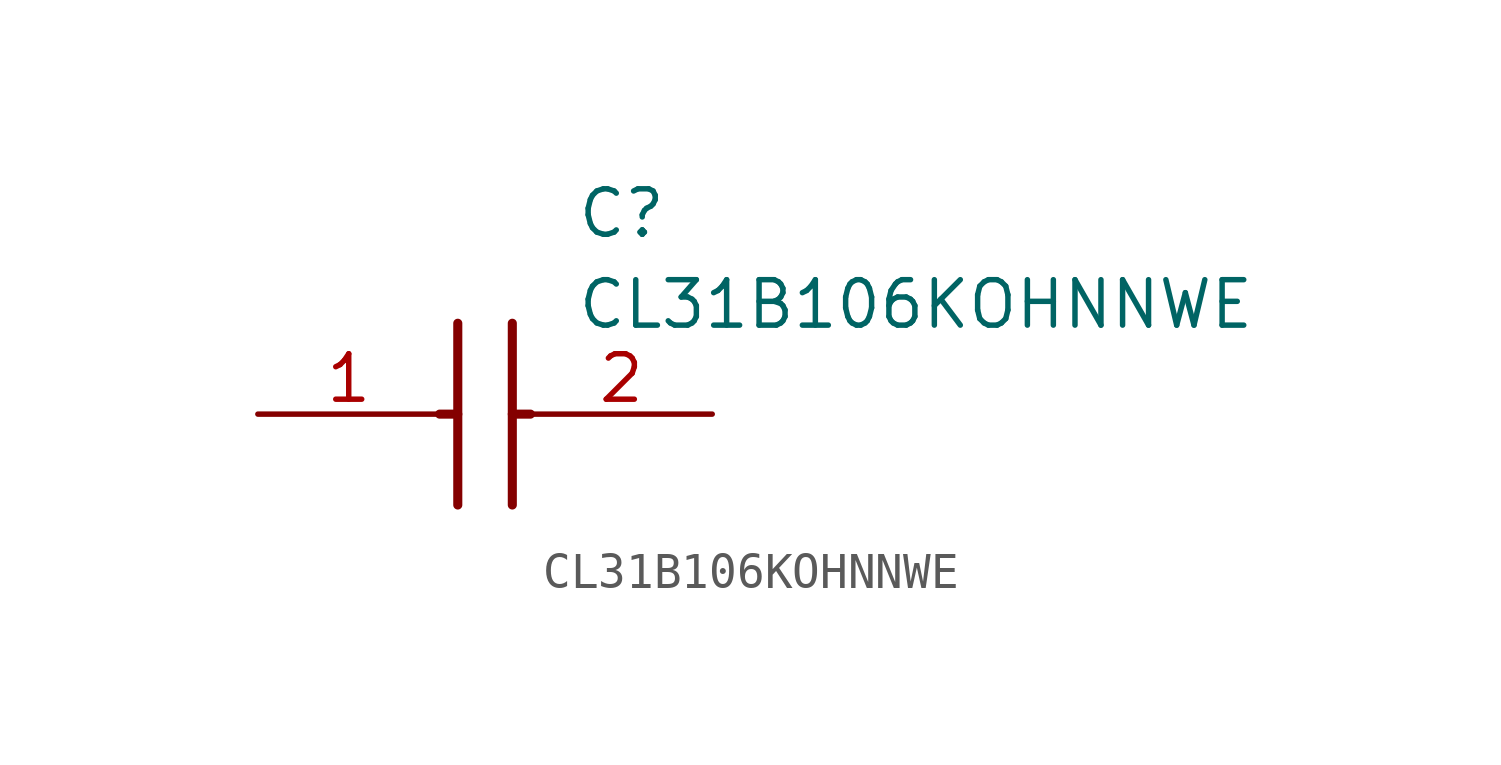
<source format=kicad_sym>
(kicad_symbol_lib
  (version 20211014)
  (generator SamacSys_ECAD_Model)
  (symbol "CL31B106KOHNNWE"
    (pin_names hide)
    (property "Reference" "C"
      (at 8.89 6.35 0)
      (effects (font (size 1.27 1.27)) (justify left top)))
    (property "Value" "CL31B106KOHNNWE"
      (at 8.89 3.81 0)
      (effects (font (size 1.27 1.27)) (justify left top)))
    (polyline
      (pts (xy 5.588 2.54) (xy 5.588 -2.54))
      (stroke (width 0.254) (type default))
      (fill (type none)))
    (polyline
      (pts (xy 7.112 2.54) (xy 7.112 -2.54))
      (stroke (width 0.254) (type default))
      (fill (type none)))
    (polyline
      (pts (xy 5.08 0) (xy 5.588 0))
      (stroke (width 0.254) (type default))
      (fill (type none)))
    (polyline
      (pts (xy 7.112 0) (xy 7.62 0))
      (stroke (width 0.254) (type default))
      (fill (type none)))
    (pin passive line
      (at 0 0 0)
      (length 5.08)
      (name "1" (effects (font (size 1.27 1.27))))
      (number "1" (effects (font (size 1.27 1.27)))))
    (pin passive line
      (at 12.7 0 180)
      (length 5.08)
      (name "2" (effects (font (size 1.27 1.27))))
      (number "2" (effects (font (size 1.27 1.27)))))))
</source>
